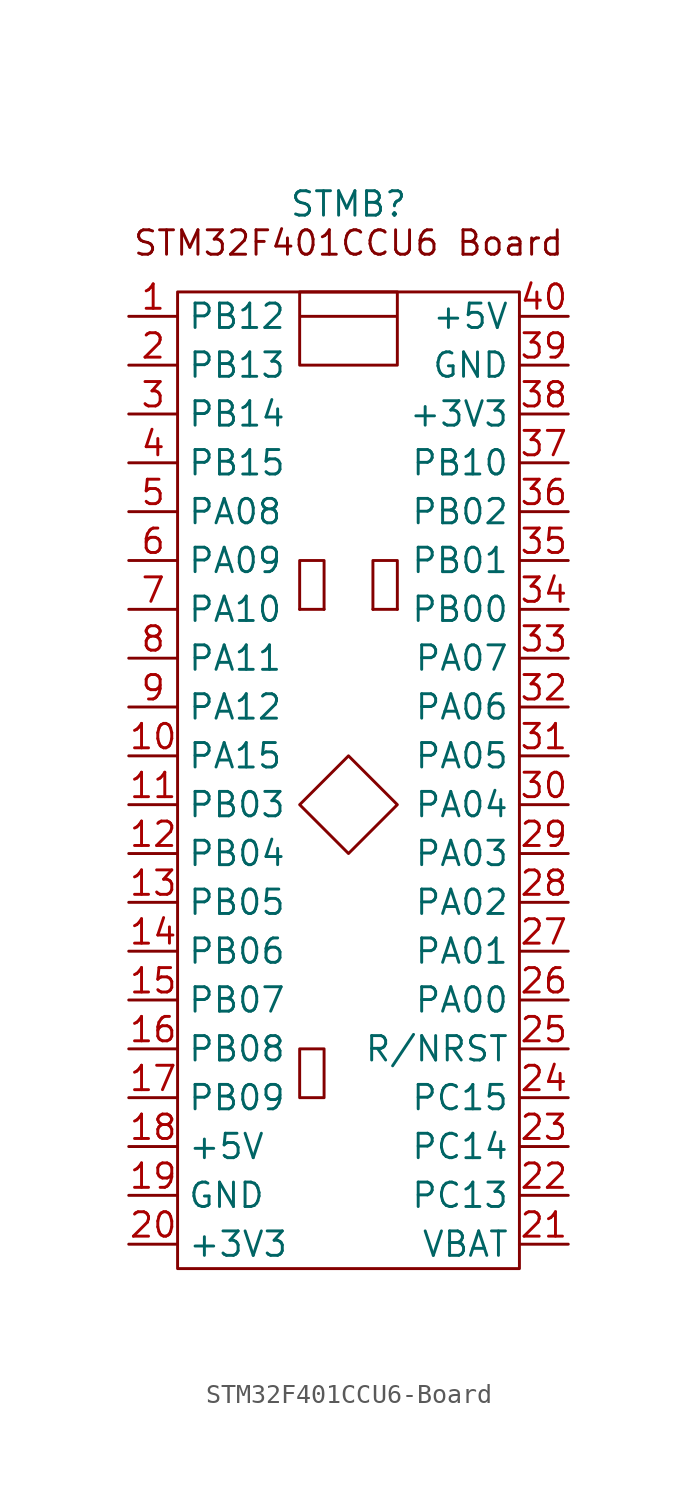
<source format=kicad_sym>
(kicad_symbol_lib
  (version 20231120)
  (generator "kicad_symbol_editor")
  (generator_version "8.0")
  (symbol "STM32F401CCU6-Board"
    (property "Reference" "STMB"
      (at 0 4.572 0)
      (effects (font (size 1.27 1.27))))
    (property "Value" ""
      (at 0 1.27 0)
      (effects (font (size 1.27 1.27))))
    (symbol "STM32F401CCU6-Board_1_1"
      (rectangle (start -8.89 0) (end 8.89 -50.8) (stroke (width 0) (type default)) (fill (type none)))
      (polyline (pts (xy -1.27 -16.51) (xy -2.54 -16.51)) (stroke (width 0) (type default)) (fill (type none)))
      (polyline (pts (xy 2.54 -16.51) (xy 1.27 -16.51)) (stroke (width 0) (type default)) (fill (type none)))
      (polyline (pts (xy -2.54 -16.51) (xy -2.54 -13.97) (xy -1.27 -13.97) (xy -1.27 -16.51)) (stroke (width 0) (type default)) (fill (type none)))
      (polyline (pts (xy 1.27 -16.51) (xy 1.27 -13.97) (xy 2.54 -13.97) (xy 2.54 -16.51)) (stroke (width 0) (type default)) (fill (type none)))
      (polyline (pts (xy -2.54 -41.91) (xy -2.54 -39.37) (xy -1.27 -39.37) (xy -1.27 -41.91) (xy -2.54 -41.91)) (stroke (width 0) (type default)) (fill (type none)))
      (polyline (pts (xy -2.54 -26.67) (xy 0 -24.13) (xy 2.54 -26.67) (xy 0 -29.21) (xy -2.54 -26.67)) (stroke (width 0) (type default)) (fill (type none)))
      (polyline (pts (xy -2.54 0) (xy -2.54 -3.81) (xy 2.54 -3.81) (xy 2.54 0) (xy -2.54 0) (xy -2.54 -1.27) (xy 2.54 -1.27)) (stroke (width 0) (type default)) (fill (type none)))
      (text "STM32F401CCU6 Board" (at 0 2.54 0) (effects (font (size 1.27 1.27))))
      (pin unspecified line (at -11.43 -1.27 0) (length 2.54) (name "PB12" (effects (font (size 1.27 1.27)))) (number "1" (effects (font (size 1.27 1.27)))))
      (pin unspecified line (at -11.43 -24.13 0) (length 2.54) (name "PA15" (effects (font (size 1.27 1.27)))) (number "10" (effects (font (size 1.27 1.27)))))
      (pin unspecified line (at -11.43 -26.67 0) (length 2.54) (name "PB03" (effects (font (size 1.27 1.27)))) (number "11" (effects (font (size 1.27 1.27)))))
      (pin unspecified line (at -11.43 -29.21 0) (length 2.54) (name "PB04" (effects (font (size 1.27 1.27)))) (number "12" (effects (font (size 1.27 1.27)))))
      (pin unspecified line (at -11.43 -31.75 0) (length 2.54) (name "PB05" (effects (font (size 1.27 1.27)))) (number "13" (effects (font (size 1.27 1.27)))))
      (pin unspecified line (at -11.43 -34.29 0) (length 2.54) (name "PB06" (effects (font (size 1.27 1.27)))) (number "14" (effects (font (size 1.27 1.27)))))
      (pin unspecified line (at -11.43 -36.83 0) (length 2.54) (name "PB07" (effects (font (size 1.27 1.27)))) (number "15" (effects (font (size 1.27 1.27)))))
      (pin unspecified line (at -11.43 -39.37 0) (length 2.54) (name "PB08" (effects (font (size 1.27 1.27)))) (number "16" (effects (font (size 1.27 1.27)))))
      (pin unspecified line (at -11.43 -41.91 0) (length 2.54) (name "PB09" (effects (font (size 1.27 1.27)))) (number "17" (effects (font (size 1.27 1.27)))))
      (pin unspecified line (at -11.43 -44.45 0) (length 2.54) (name "+5V" (effects (font (size 1.27 1.27)))) (number "18" (effects (font (size 1.27 1.27)))))
      (pin unspecified line (at -11.43 -46.99 0) (length 2.54) (name "GND" (effects (font (size 1.27 1.27)))) (number "19" (effects (font (size 1.27 1.27)))))
      (pin unspecified line (at -11.43 -3.81 0) (length 2.54) (name "PB13" (effects (font (size 1.27 1.27)))) (number "2" (effects (font (size 1.27 1.27)))))
      (pin unspecified line (at -11.43 -49.53 0) (length 2.54) (name "+3V3" (effects (font (size 1.27 1.27)))) (number "20" (effects (font (size 1.27 1.27)))))
      (pin unspecified line (at 11.43 -49.53 180) (length 2.54) (name "VBAT" (effects (font (size 1.27 1.27)))) (number "21" (effects (font (size 1.27 1.27)))))
      (pin unspecified line (at 11.43 -46.99 180) (length 2.54) (name "PC13" (effects (font (size 1.27 1.27)))) (number "22" (effects (font (size 1.27 1.27)))))
      (pin unspecified line (at 11.43 -44.45 180) (length 2.54) (name "PC14" (effects (font (size 1.27 1.27)))) (number "23" (effects (font (size 1.27 1.27)))))
      (pin unspecified line (at 11.43 -41.91 180) (length 2.54) (name "PC15" (effects (font (size 1.27 1.27)))) (number "24" (effects (font (size 1.27 1.27)))))
      (pin unspecified line (at 11.43 -39.37 180) (length 2.54) (name "R/NRST" (effects (font (size 1.27 1.27)))) (number "25" (effects (font (size 1.27 1.27)))))
      (pin unspecified line (at 11.43 -36.83 180) (length 2.54) (name "PA00" (effects (font (size 1.27 1.27)))) (number "26" (effects (font (size 1.27 1.27)))))
      (pin unspecified line (at 11.43 -34.29 180) (length 2.54) (name "PA01" (effects (font (size 1.27 1.27)))) (number "27" (effects (font (size 1.27 1.27)))))
      (pin unspecified line (at 11.43 -31.75 180) (length 2.54) (name "PA02" (effects (font (size 1.27 1.27)))) (number "28" (effects (font (size 1.27 1.27)))))
      (pin unspecified line (at 11.43 -29.21 180) (length 2.54) (name "PA03" (effects (font (size 1.27 1.27)))) (number "29" (effects (font (size 1.27 1.27)))))
      (pin unspecified line (at -11.43 -6.35 0) (length 2.54) (name "PB14" (effects (font (size 1.27 1.27)))) (number "3" (effects (font (size 1.27 1.27)))))
      (pin unspecified line (at 11.43 -26.67 180) (length 2.54) (name "PA04" (effects (font (size 1.27 1.27)))) (number "30" (effects (font (size 1.27 1.27)))))
      (pin unspecified line (at 11.43 -24.13 180) (length 2.54) (name "PA05" (effects (font (size 1.27 1.27)))) (number "31" (effects (font (size 1.27 1.27)))))
      (pin unspecified line (at 11.43 -21.59 180) (length 2.54) (name "PA06" (effects (font (size 1.27 1.27)))) (number "32" (effects (font (size 1.27 1.27)))))
      (pin unspecified line (at 11.43 -19.05 180) (length 2.54) (name "PA07" (effects (font (size 1.27 1.27)))) (number "33" (effects (font (size 1.27 1.27)))))
      (pin unspecified line (at 11.43 -16.51 180) (length 2.54) (name "PB00" (effects (font (size 1.27 1.27)))) (number "34" (effects (font (size 1.27 1.27)))))
      (pin unspecified line (at 11.43 -13.97 180) (length 2.54) (name "PB01" (effects (font (size 1.27 1.27)))) (number "35" (effects (font (size 1.27 1.27)))))
      (pin unspecified line (at 11.43 -11.43 180) (length 2.54) (name "PB02" (effects (font (size 1.27 1.27)))) (number "36" (effects (font (size 1.27 1.27)))))
      (pin unspecified line (at 11.43 -8.89 180) (length 2.54) (name "PB10" (effects (font (size 1.27 1.27)))) (number "37" (effects (font (size 1.27 1.27)))))
      (pin unspecified line (at 11.43 -6.35 180) (length 2.54) (name "+3V3" (effects (font (size 1.27 1.27)))) (number "38" (effects (font (size 1.27 1.27)))))
      (pin unspecified line (at 11.43 -3.81 180) (length 2.54) (name "GND" (effects (font (size 1.27 1.27)))) (number "39" (effects (font (size 1.27 1.27)))))
      (pin unspecified line (at -11.43 -8.89 0) (length 2.54) (name "PB15" (effects (font (size 1.27 1.27)))) (number "4" (effects (font (size 1.27 1.27)))))
      (pin unspecified line (at 11.43 -1.27 180) (length 2.54) (name "+5V" (effects (font (size 1.27 1.27)))) (number "40" (effects (font (size 1.27 1.27)))))
      (pin unspecified line (at -11.43 -11.43 0) (length 2.54) (name "PA08" (effects (font (size 1.27 1.27)))) (number "5" (effects (font (size 1.27 1.27)))))
      (pin unspecified line (at -11.43 -13.97 0) (length 2.54) (name "PA09" (effects (font (size 1.27 1.27)))) (number "6" (effects (font (size 1.27 1.27)))))
      (pin unspecified line (at -11.43 -16.51 0) (length 2.54) (name "PA10" (effects (font (size 1.27 1.27)))) (number "7" (effects (font (size 1.27 1.27)))))
      (pin unspecified line (at -11.43 -19.05 0) (length 2.54) (name "PA11" (effects (font (size 1.27 1.27)))) (number "8" (effects (font (size 1.27 1.27)))))
      (pin unspecified line (at -11.43 -21.59 0) (length 2.54) (name "PA12" (effects (font (size 1.27 1.27)))) (number "9" (effects (font (size 1.27 1.27))))))))
</source>
